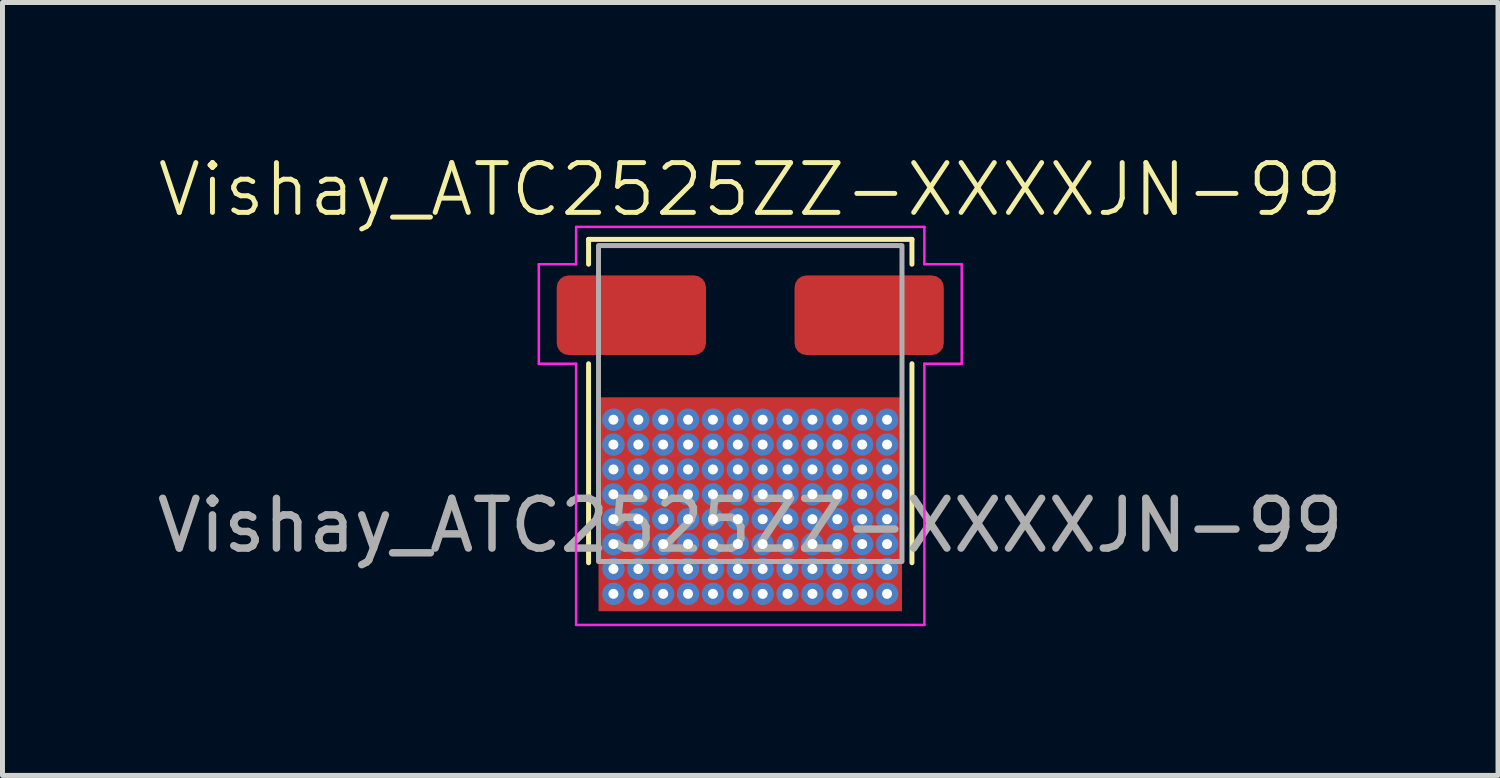
<source format=kicad_pcb>
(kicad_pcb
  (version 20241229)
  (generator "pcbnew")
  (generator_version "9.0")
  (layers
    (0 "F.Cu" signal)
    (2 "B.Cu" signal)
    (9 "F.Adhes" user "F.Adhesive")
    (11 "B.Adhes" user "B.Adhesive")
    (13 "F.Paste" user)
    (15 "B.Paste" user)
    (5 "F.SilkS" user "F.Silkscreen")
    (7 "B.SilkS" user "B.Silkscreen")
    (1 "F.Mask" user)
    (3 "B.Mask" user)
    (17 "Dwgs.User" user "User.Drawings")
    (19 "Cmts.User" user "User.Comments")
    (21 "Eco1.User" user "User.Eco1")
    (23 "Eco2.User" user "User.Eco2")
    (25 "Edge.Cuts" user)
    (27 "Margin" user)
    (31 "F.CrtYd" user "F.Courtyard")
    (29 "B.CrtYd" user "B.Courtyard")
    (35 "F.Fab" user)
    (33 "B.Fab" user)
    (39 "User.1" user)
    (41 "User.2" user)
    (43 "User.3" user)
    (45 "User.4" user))
  (footprint "Vishay_ATC2525ZZ-XXXXJN-99"
    (layer "F.Cu")
    (at 12.03 5.011)
    (property "Reference" "Vishay_ATC2525ZZ-XXXXJN-99" (at 0 -4.25 0) (unlocked yes) (layer "F.SilkS") (effects (font (size 1 1) (thickness 0.1))))
    (attr smd)
    (fp_line (start -3.25 -3.25) (end 3.25 -3.25) (stroke (width 0.1) (type default)) (layer "F.SilkS"))
    (fp_line (start -3.25 -2.75) (end -3.25 -3.25) (stroke (width 0.1) (type default)) (layer "F.SilkS"))
    (fp_line (start -3.25 -0.75) (end -3.25 3.25) (stroke (width 0.1) (type default)) (layer "F.SilkS"))
    (fp_line (start 3.25 -3.25) (end 3.25 -2.75) (stroke (width 0.1) (type default)) (layer "F.SilkS"))
    (fp_line (start 3.25 -0.75) (end 3.25 3.25) (stroke (width 0.1) (type default)) (layer "F.SilkS"))
    (fp_line (start -4.25 -2.75) (end -3.5 -2.75) (stroke (width 0.05) (type default)) (layer "F.CrtYd"))
    (fp_line (start -4.25 -0.75) (end -4.25 -2.75) (stroke (width 0.05) (type default)) (layer "F.CrtYd"))
    (fp_line (start -3.5 -3.5) (end 3.5 -3.5) (stroke (width 0.05) (type default)) (layer "F.CrtYd"))
    (fp_line (start -3.5 -2.75) (end -3.5 -3.5) (stroke (width 0.05) (type default)) (layer "F.CrtYd"))
    (fp_line (start -3.5 -0.75) (end -4.25 -0.75) (stroke (width 0.05) (type default)) (layer "F.CrtYd"))
    (fp_line (start -3.5 4.5) (end -3.5 -0.75) (stroke (width 0.05) (type default)) (layer "F.CrtYd"))
    (fp_line (start 3.5 -3.5) (end 3.5 -2.75) (stroke (width 0.05) (type default)) (layer "F.CrtYd"))
    (fp_line (start 3.5 -2.75) (end 4.25 -2.75) (stroke (width 0.05) (type default)) (layer "F.CrtYd"))
    (fp_line (start 3.5 -0.75) (end 3.5 4.5) (stroke (width 0.05) (type default)) (layer "F.CrtYd"))
    (fp_line (start 3.5 4.5) (end -3.5 4.5) (stroke (width 0.05) (type default)) (layer "F.CrtYd"))
    (fp_line (start 4.25 -2.75) (end 4.25 -0.75) (stroke (width 0.05) (type default)) (layer "F.CrtYd"))
    (fp_line (start 4.25 -0.75) (end 3.5 -0.75) (stroke (width 0.05) (type default)) (layer "F.CrtYd"))
    (fp_rect (start -3.05 -3.125) (end 3.05 3.225) (stroke (width 0.1) (type solid)) (fill no) (layer "F.Fab"))
    (fp_text user "${REFERENCE}" (at 0 2.5 0) (unlocked yes) (layer "F.Fab") (effects (font (size 1 1) (thickness 0.15))))
    (pad "1" smd roundrect (at -2.39 -1.725) (size 3 1.6) (layers "F.Cu" "F.Mask" "F.Paste") (roundrect_rratio 0.15))
    (pad "2" smd roundrect (at 2.39 -1.725) (size 3 1.6) (layers "F.Cu" "F.Mask" "F.Paste") (roundrect_rratio 0.15))
    (pad "3" thru_hole circle (at -2.75 0.375) (size 0.45 0.45) (drill 0.2) (layers "*.Cu" "*.Mask"))
    (pad "3" thru_hole circle (at -2.75 0.875) (size 0.45 0.45) (drill 0.2) (layers "*.Cu" "*.Mask"))
    (pad "3" thru_hole circle (at -2.75 1.375) (size 0.45 0.45) (drill 0.2) (layers "*.Cu" "*.Mask"))
    (pad "3" thru_hole circle (at -2.75 1.875) (size 0.45 0.45) (drill 0.2) (layers "*.Cu" "*.Mask"))
    (pad "3" thru_hole circle (at -2.75 2.375) (size 0.45 0.45) (drill 0.2) (layers "*.Cu" "*.Mask"))
    (pad "3" thru_hole circle (at -2.75 2.875) (size 0.45 0.45) (drill 0.2) (layers "*.Cu" "*.Mask"))
    (pad "3" thru_hole circle (at -2.75 3.375) (size 0.45 0.45) (drill 0.2) (layers "*.Cu" "*.Mask"))
    (pad "3" thru_hole circle (at -2.75 3.875) (size 0.45 0.45) (drill 0.2) (layers "*.Cu" "*.Mask"))
    (pad "3" thru_hole circle (at -2.25 0.375) (size 0.45 0.45) (drill 0.2) (layers "*.Cu" "*.Mask"))
    (pad "3" thru_hole circle (at -2.25 0.875) (size 0.45 0.45) (drill 0.2) (layers "*.Cu" "*.Mask"))
    (pad "3" thru_hole circle (at -2.25 1.375) (size 0.45 0.45) (drill 0.2) (layers "*.Cu" "*.Mask"))
    (pad "3" thru_hole circle (at -2.25 1.875) (size 0.45 0.45) (drill 0.2) (layers "*.Cu" "*.Mask"))
    (pad "3" thru_hole circle (at -2.25 2.375) (size 0.45 0.45) (drill 0.2) (layers "*.Cu" "*.Mask"))
    (pad "3" thru_hole circle (at -2.25 2.875) (size 0.45 0.45) (drill 0.2) (layers "*.Cu" "*.Mask"))
    (pad "3" thru_hole circle (at -2.25 3.375) (size 0.45 0.45) (drill 0.2) (layers "*.Cu" "*.Mask"))
    (pad "3" thru_hole circle (at -2.25 3.875) (size 0.45 0.45) (drill 0.2) (layers "*.Cu" "*.Mask"))
    (pad "3" thru_hole circle (at -1.75 0.375) (size 0.45 0.45) (drill 0.2) (layers "*.Cu" "*.Mask"))
    (pad "3" thru_hole circle (at -1.75 0.875) (size 0.45 0.45) (drill 0.2) (layers "*.Cu" "*.Mask"))
    (pad "3" thru_hole circle (at -1.75 1.375) (size 0.45 0.45) (drill 0.2) (layers "*.Cu" "*.Mask"))
    (pad "3" thru_hole circle (at -1.75 1.875) (size 0.45 0.45) (drill 0.2) (layers "*.Cu" "*.Mask"))
    (pad "3" thru_hole circle (at -1.75 2.375) (size 0.45 0.45) (drill 0.2) (layers "*.Cu" "*.Mask"))
    (pad "3" thru_hole circle (at -1.75 2.875) (size 0.45 0.45) (drill 0.2) (layers "*.Cu" "*.Mask"))
    (pad "3" thru_hole circle (at -1.75 3.375) (size 0.45 0.45) (drill 0.2) (layers "*.Cu" "*.Mask"))
    (pad "3" thru_hole circle (at -1.75 3.875) (size 0.45 0.45) (drill 0.2) (layers "*.Cu" "*.Mask"))
    (pad "3" thru_hole circle (at -1.25 0.375) (size 0.45 0.45) (drill 0.2) (layers "*.Cu" "*.Mask"))
    (pad "3" thru_hole circle (at -1.25 0.875) (size 0.45 0.45) (drill 0.2) (layers "*.Cu" "*.Mask"))
    (pad "3" thru_hole circle (at -1.25 1.375) (size 0.45 0.45) (drill 0.2) (layers "*.Cu" "*.Mask"))
    (pad "3" thru_hole circle (at -1.25 1.875) (size 0.45 0.45) (drill 0.2) (layers "*.Cu" "*.Mask"))
    (pad "3" thru_hole circle (at -1.25 2.375) (size 0.45 0.45) (drill 0.2) (layers "*.Cu" "*.Mask"))
    (pad "3" thru_hole circle (at -1.25 2.875) (size 0.45 0.45) (drill 0.2) (layers "*.Cu" "*.Mask"))
    (pad "3" thru_hole circle (at -1.25 3.375) (size 0.45 0.45) (drill 0.2) (layers "*.Cu" "*.Mask"))
    (pad "3" thru_hole circle (at -1.25 3.875) (size 0.45 0.45) (drill 0.2) (layers "*.Cu" "*.Mask"))
    (pad "3" thru_hole circle (at -0.75 0.375) (size 0.45 0.45) (drill 0.2) (layers "*.Cu" "*.Mask"))
    (pad "3" thru_hole circle (at -0.75 0.875) (size 0.45 0.45) (drill 0.2) (layers "*.Cu" "*.Mask"))
    (pad "3" thru_hole circle (at -0.75 1.375) (size 0.45 0.45) (drill 0.2) (layers "*.Cu" "*.Mask"))
    (pad "3" thru_hole circle (at -0.75 1.875) (size 0.45 0.45) (drill 0.2) (layers "*.Cu" "*.Mask"))
    (pad "3" thru_hole circle (at -0.75 2.375) (size 0.45 0.45) (drill 0.2) (layers "*.Cu" "*.Mask"))
    (pad "3" thru_hole circle (at -0.75 2.875) (size 0.45 0.45) (drill 0.2) (layers "*.Cu" "*.Mask"))
    (pad "3" thru_hole circle (at -0.75 3.375) (size 0.45 0.45) (drill 0.2) (layers "*.Cu" "*.Mask"))
    (pad "3" thru_hole circle (at -0.75 3.875) (size 0.45 0.45) (drill 0.2) (layers "*.Cu" "*.Mask"))
    (pad "3" thru_hole circle (at -0.25 0.375) (size 0.45 0.45) (drill 0.2) (layers "*.Cu" "*.Mask"))
    (pad "3" thru_hole circle (at -0.25 0.875) (size 0.45 0.45) (drill 0.2) (layers "*.Cu" "*.Mask"))
    (pad "3" thru_hole circle (at -0.25 1.375) (size 0.45 0.45) (drill 0.2) (layers "*.Cu" "*.Mask"))
    (pad "3" thru_hole circle (at -0.25 1.875) (size 0.45 0.45) (drill 0.2) (layers "*.Cu" "*.Mask"))
    (pad "3" thru_hole circle (at -0.25 2.375) (size 0.45 0.45) (drill 0.2) (layers "*.Cu" "*.Mask"))
    (pad "3" thru_hole circle (at -0.25 2.875) (size 0.45 0.45) (drill 0.2) (layers "*.Cu" "*.Mask"))
    (pad "3" thru_hole circle (at -0.25 3.375) (size 0.45 0.45) (drill 0.2) (layers "*.Cu" "*.Mask"))
    (pad "3" thru_hole circle (at -0.25 3.875) (size 0.45 0.45) (drill 0.2) (layers "*.Cu" "*.Mask"))
    (pad "3" smd rect (at 0 2.075) (size 6.1 4.3) (layers "F.Cu" "F.Mask" "F.Paste"))
    (pad "3" thru_hole circle (at 0.25 0.375) (size 0.45 0.45) (drill 0.2) (layers "*.Cu" "*.Mask"))
    (pad "3" thru_hole circle (at 0.25 0.875) (size 0.45 0.45) (drill 0.2) (layers "*.Cu" "*.Mask"))
    (pad "3" thru_hole circle (at 0.25 1.375) (size 0.45 0.45) (drill 0.2) (layers "*.Cu" "*.Mask"))
    (pad "3" thru_hole circle (at 0.25 1.875) (size 0.45 0.45) (drill 0.2) (layers "*.Cu" "*.Mask"))
    (pad "3" thru_hole circle (at 0.25 2.375) (size 0.45 0.45) (drill 0.2) (layers "*.Cu" "*.Mask"))
    (pad "3" thru_hole circle (at 0.25 2.875) (size 0.45 0.45) (drill 0.2) (layers "*.Cu" "*.Mask"))
    (pad "3" thru_hole circle (at 0.25 3.375) (size 0.45 0.45) (drill 0.2) (layers "*.Cu" "*.Mask"))
    (pad "3" thru_hole circle (at 0.25 3.875) (size 0.45 0.45) (drill 0.2) (layers "*.Cu" "*.Mask"))
    (pad "3" thru_hole circle (at 0.75 0.375) (size 0.45 0.45) (drill 0.2) (layers "*.Cu" "*.Mask"))
    (pad "3" thru_hole circle (at 0.75 0.875) (size 0.45 0.45) (drill 0.2) (layers "*.Cu" "*.Mask"))
    (pad "3" thru_hole circle (at 0.75 1.375) (size 0.45 0.45) (drill 0.2) (layers "*.Cu" "*.Mask"))
    (pad "3" thru_hole circle (at 0.75 1.875) (size 0.45 0.45) (drill 0.2) (layers "*.Cu" "*.Mask"))
    (pad "3" thru_hole circle (at 0.75 2.375) (size 0.45 0.45) (drill 0.2) (layers "*.Cu" "*.Mask"))
    (pad "3" thru_hole circle (at 0.75 2.875) (size 0.45 0.45) (drill 0.2) (layers "*.Cu" "*.Mask"))
    (pad "3" thru_hole circle (at 0.75 3.375) (size 0.45 0.45) (drill 0.2) (layers "*.Cu" "*.Mask"))
    (pad "3" thru_hole circle (at 0.75 3.875) (size 0.45 0.45) (drill 0.2) (layers "*.Cu" "*.Mask"))
    (pad "3" thru_hole circle (at 1.25 0.375) (size 0.45 0.45) (drill 0.2) (layers "*.Cu" "*.Mask"))
    (pad "3" thru_hole circle (at 1.25 0.875) (size 0.45 0.45) (drill 0.2) (layers "*.Cu" "*.Mask"))
    (pad "3" thru_hole circle (at 1.25 1.375) (size 0.45 0.45) (drill 0.2) (layers "*.Cu" "*.Mask"))
    (pad "3" thru_hole circle (at 1.25 1.875) (size 0.45 0.45) (drill 0.2) (layers "*.Cu" "*.Mask"))
    (pad "3" thru_hole circle (at 1.25 2.375) (size 0.45 0.45) (drill 0.2) (layers "*.Cu" "*.Mask"))
    (pad "3" thru_hole circle (at 1.25 2.875) (size 0.45 0.45) (drill 0.2) (layers "*.Cu" "*.Mask"))
    (pad "3" thru_hole circle (at 1.25 3.375) (size 0.45 0.45) (drill 0.2) (layers "*.Cu" "*.Mask"))
    (pad "3" thru_hole circle (at 1.25 3.875) (size 0.45 0.45) (drill 0.2) (layers "*.Cu" "*.Mask"))
    (pad "3" thru_hole circle (at 1.75 0.375) (size 0.45 0.45) (drill 0.2) (layers "*.Cu" "*.Mask"))
    (pad "3" thru_hole circle (at 1.75 0.875) (size 0.45 0.45) (drill 0.2) (layers "*.Cu" "*.Mask"))
    (pad "3" thru_hole circle (at 1.75 1.375) (size 0.45 0.45) (drill 0.2) (layers "*.Cu" "*.Mask"))
    (pad "3" thru_hole circle (at 1.75 1.875) (size 0.45 0.45) (drill 0.2) (layers "*.Cu" "*.Mask"))
    (pad "3" thru_hole circle (at 1.75 2.375) (size 0.45 0.45) (drill 0.2) (layers "*.Cu" "*.Mask"))
    (pad "3" thru_hole circle (at 1.75 2.875) (size 0.45 0.45) (drill 0.2) (layers "*.Cu" "*.Mask"))
    (pad "3" thru_hole circle (at 1.75 3.375) (size 0.45 0.45) (drill 0.2) (layers "*.Cu" "*.Mask"))
    (pad "3" thru_hole circle (at 1.75 3.875) (size 0.45 0.45) (drill 0.2) (layers "*.Cu" "*.Mask"))
    (pad "3" thru_hole circle (at 2.25 0.375) (size 0.45 0.45) (drill 0.2) (layers "*.Cu" "*.Mask"))
    (pad "3" thru_hole circle (at 2.25 0.875) (size 0.45 0.45) (drill 0.2) (layers "*.Cu" "*.Mask"))
    (pad "3" thru_hole circle (at 2.25 1.375) (size 0.45 0.45) (drill 0.2) (layers "*.Cu" "*.Mask"))
    (pad "3" thru_hole circle (at 2.25 1.875) (size 0.45 0.45) (drill 0.2) (layers "*.Cu" "*.Mask"))
    (pad "3" thru_hole circle (at 2.25 2.375) (size 0.45 0.45) (drill 0.2) (layers "*.Cu" "*.Mask"))
    (pad "3" thru_hole circle (at 2.25 2.875) (size 0.45 0.45) (drill 0.2) (layers "*.Cu" "*.Mask"))
    (pad "3" thru_hole circle (at 2.25 3.375) (size 0.45 0.45) (drill 0.2) (layers "*.Cu" "*.Mask"))
    (pad "3" thru_hole circle (at 2.25 3.875) (size 0.45 0.45) (drill 0.2) (layers "*.Cu" "*.Mask"))
    (pad "3" thru_hole circle (at 2.75 0.375) (size 0.45 0.45) (drill 0.2) (layers "*.Cu" "*.Mask"))
    (pad "3" thru_hole circle (at 2.75 0.875) (size 0.45 0.45) (drill 0.2) (layers "*.Cu" "*.Mask"))
    (pad "3" thru_hole circle (at 2.75 1.375) (size 0.45 0.45) (drill 0.2) (layers "*.Cu" "*.Mask"))
    (pad "3" thru_hole circle (at 2.75 1.875) (size 0.45 0.45) (drill 0.2) (layers "*.Cu" "*.Mask"))
    (pad "3" thru_hole circle (at 2.75 2.375) (size 0.45 0.45) (drill 0.2) (layers "*.Cu" "*.Mask"))
    (pad "3" thru_hole circle (at 2.75 2.875) (size 0.45 0.45) (drill 0.2) (layers "*.Cu" "*.Mask"))
    (pad "3" thru_hole circle (at 2.75 3.375) (size 0.45 0.45) (drill 0.2) (layers "*.Cu" "*.Mask"))
    (pad "3" thru_hole circle (at 2.75 3.875) (size 0.45 0.45) (drill 0.2) (layers "*.Cu" "*.Mask")))
  (gr_rect
    (start -3 -3)
    (end 27.06 12.536)
    (stroke (width 0.1) (type default))
    (fill no)
    (layer "Edge.Cuts")))
</source>
